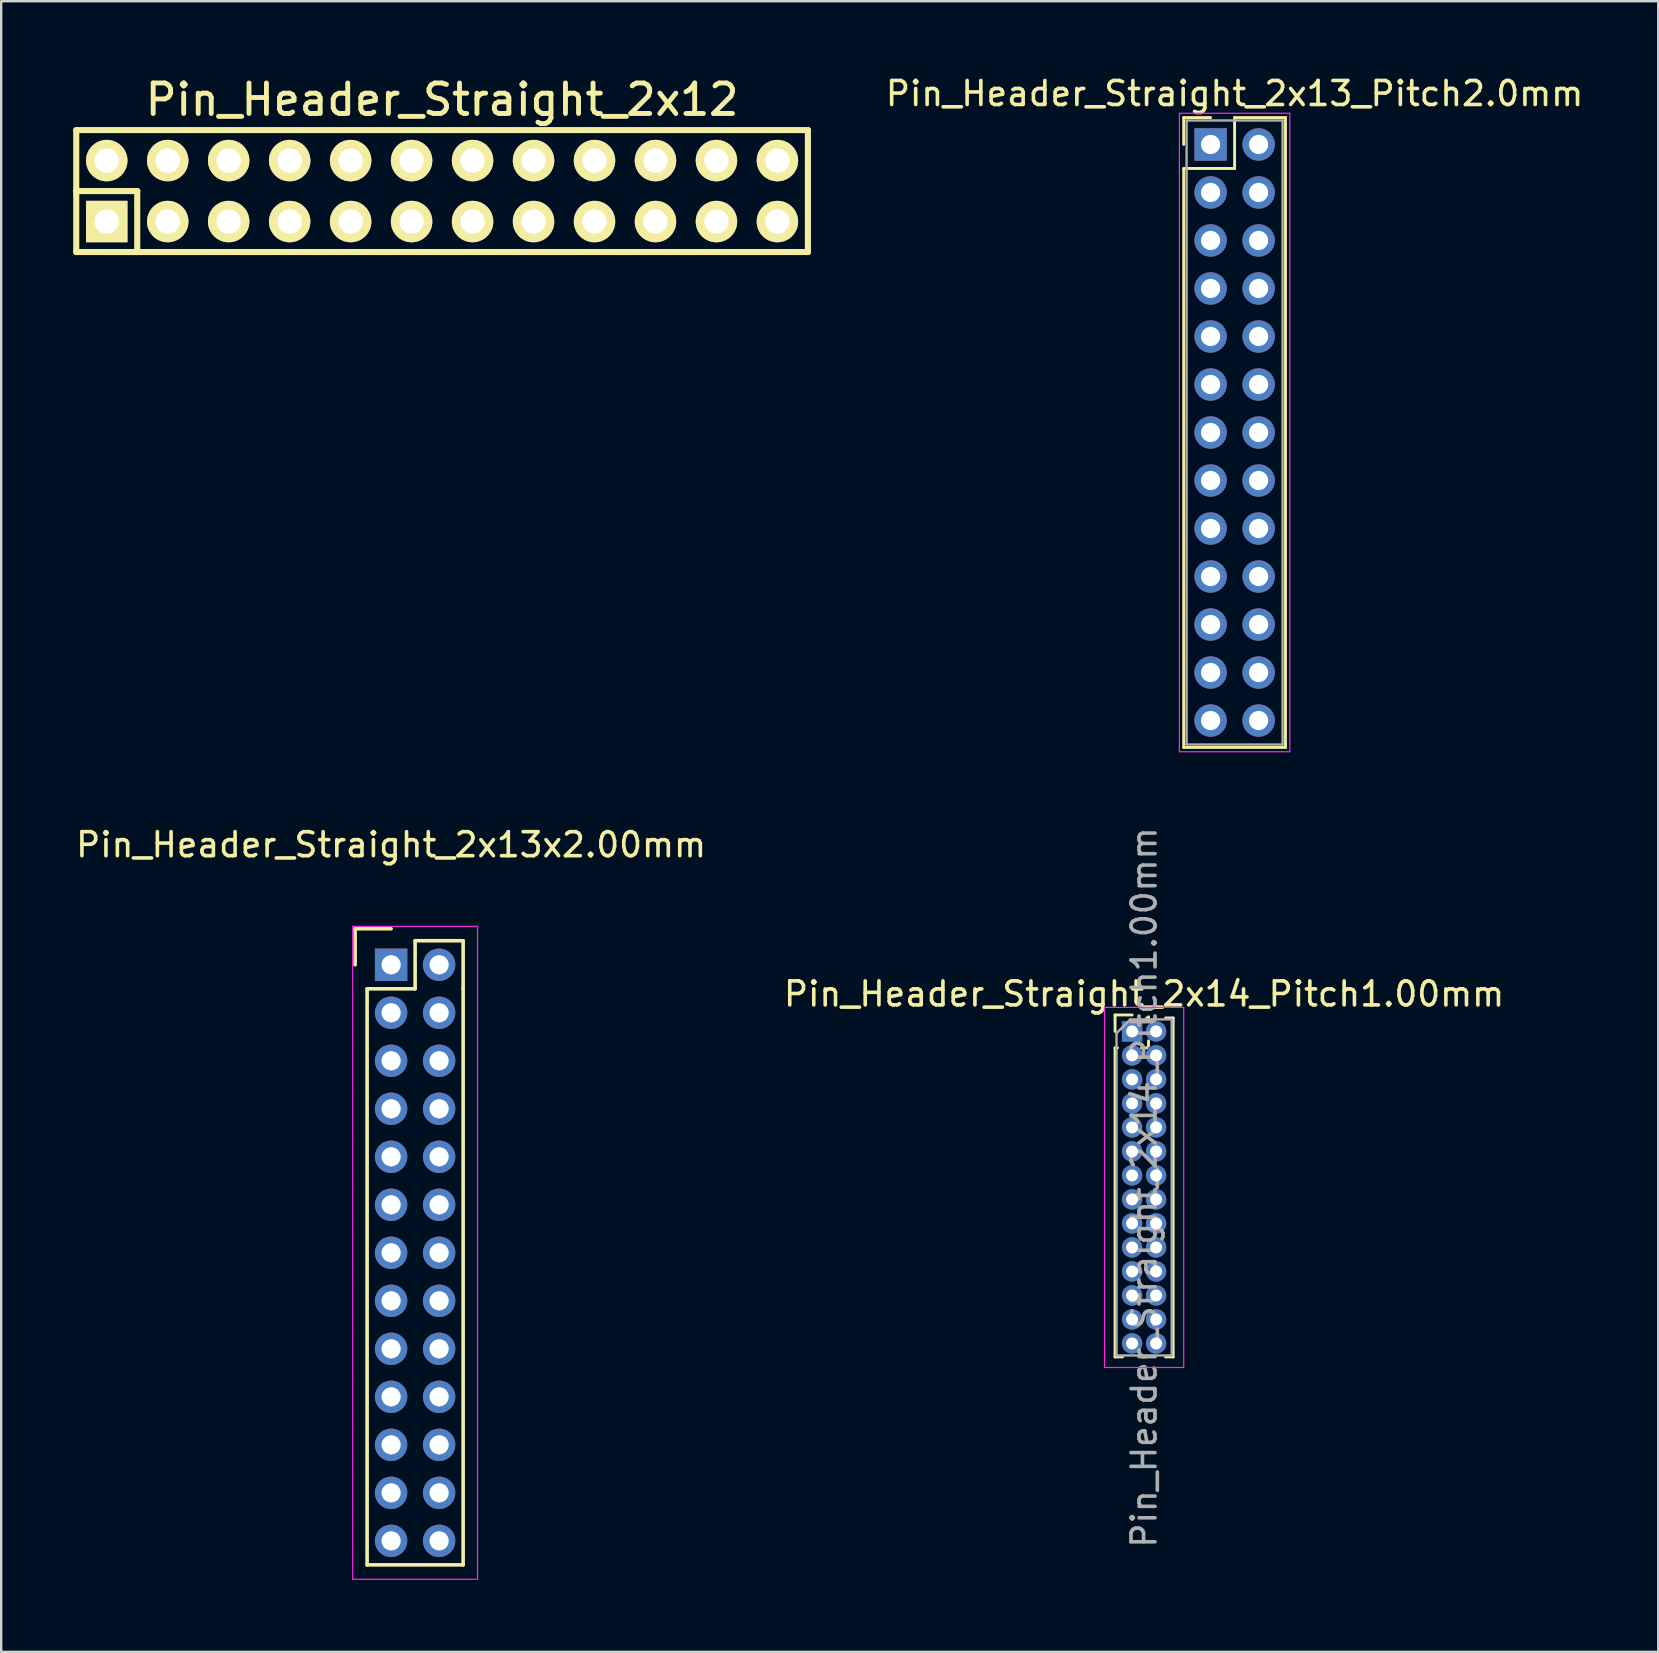
<source format=kicad_pcb>
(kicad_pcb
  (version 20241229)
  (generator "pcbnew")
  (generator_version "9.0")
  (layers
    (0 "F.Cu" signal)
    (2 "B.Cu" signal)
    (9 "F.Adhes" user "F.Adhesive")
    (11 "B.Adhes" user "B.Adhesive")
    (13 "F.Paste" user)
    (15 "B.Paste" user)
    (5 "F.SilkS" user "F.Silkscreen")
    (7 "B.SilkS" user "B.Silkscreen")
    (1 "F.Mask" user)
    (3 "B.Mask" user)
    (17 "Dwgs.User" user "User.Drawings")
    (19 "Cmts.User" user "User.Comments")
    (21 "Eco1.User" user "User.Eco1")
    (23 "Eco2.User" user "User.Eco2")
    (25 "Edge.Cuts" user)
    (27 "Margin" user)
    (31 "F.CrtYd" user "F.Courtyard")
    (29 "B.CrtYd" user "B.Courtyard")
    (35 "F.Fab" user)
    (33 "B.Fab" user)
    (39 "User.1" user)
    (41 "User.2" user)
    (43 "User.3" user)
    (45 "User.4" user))
  (footprint "Pin_Header_Straight_2x12"
    (layer "F.Cu")
    (at 15.367 4.91)
    (property "Reference" "Pin_Header_Straight_2x12" (at 0 -3.81 0) (layer "F.SilkS") (effects (font (size 1.27 1.27) (thickness 0.203))))
    (attr through_hole)
    (fp_line (start -15.24 -2.54) (end -15.24 0) (stroke (width 0.254) (type solid)) (layer "F.SilkS"))
    (fp_line (start -15.24 0) (end -12.7 0) (stroke (width 0.254) (type solid)) (layer "F.SilkS"))
    (fp_line (start -15.24 2.54) (end -15.24 0) (stroke (width 0.254) (type solid)) (layer "F.SilkS"))
    (fp_line (start -15.24 2.54) (end -12.7 2.54) (stroke (width 0.254) (type solid)) (layer "F.SilkS"))
    (fp_line (start -12.7 0) (end -12.7 2.54) (stroke (width 0.254) (type solid)) (layer "F.SilkS"))
    (fp_line (start -12.7 2.54) (end 15.24 2.54) (stroke (width 0.254) (type solid)) (layer "F.SilkS"))
    (fp_line (start 15.24 -2.54) (end -15.24 -2.54) (stroke (width 0.254) (type solid)) (layer "F.SilkS"))
    (fp_line (start 15.24 -2.54) (end 15.24 2.54) (stroke (width 0.254) (type solid)) (layer "F.SilkS"))
    (pad "1" thru_hole rect (at -13.97 1.27) (size 1.727 1.727) (drill 1.016) (layers "*.Cu" "*.Mask" "F.SilkS"))
    (pad "2" thru_hole oval (at -11.43 1.27) (size 1.727 1.727) (drill 1.016) (layers "*.Cu" "*.Mask" "F.SilkS"))
    (pad "3" thru_hole oval (at -8.89 1.27) (size 1.727 1.727) (drill 1.016) (layers "*.Cu" "*.Mask" "F.SilkS"))
    (pad "4" thru_hole oval (at -6.35 1.27) (size 1.727 1.727) (drill 1.016) (layers "*.Cu" "*.Mask" "F.SilkS"))
    (pad "5" thru_hole oval (at -3.81 1.27) (size 1.727 1.727) (drill 1.016) (layers "*.Cu" "*.Mask" "F.SilkS"))
    (pad "6" thru_hole oval (at -1.27 1.27) (size 1.727 1.727) (drill 1.016) (layers "*.Cu" "*.Mask" "F.SilkS"))
    (pad "7" thru_hole oval (at 1.27 1.27) (size 1.727 1.727) (drill 1.016) (layers "*.Cu" "*.Mask" "F.SilkS"))
    (pad "8" thru_hole oval (at 3.81 1.27) (size 1.727 1.727) (drill 1.016) (layers "*.Cu" "*.Mask" "F.SilkS"))
    (pad "9" thru_hole oval (at 6.35 1.27) (size 1.727 1.727) (drill 1.016) (layers "*.Cu" "*.Mask" "F.SilkS"))
    (pad "10" thru_hole oval (at 8.89 1.27) (size 1.727 1.727) (drill 1.016) (layers "*.Cu" "*.Mask" "F.SilkS"))
    (pad "11" thru_hole oval (at 11.43 1.27) (size 1.727 1.727) (drill 1.016) (layers "*.Cu" "*.Mask" "F.SilkS"))
    (pad "12" thru_hole oval (at 13.97 1.27) (size 1.727 1.727) (drill 1.016) (layers "*.Cu" "*.Mask" "F.SilkS"))
    (pad "13" thru_hole oval (at 13.97 -1.27) (size 1.727 1.727) (drill 1.016) (layers "*.Cu" "*.Mask" "F.SilkS"))
    (pad "14" thru_hole oval (at 11.43 -1.27) (size 1.727 1.727) (drill 1.016) (layers "*.Cu" "*.Mask" "F.SilkS"))
    (pad "15" thru_hole oval (at 8.89 -1.27) (size 1.727 1.727) (drill 1.016) (layers "*.Cu" "*.Mask" "F.SilkS"))
    (pad "16" thru_hole oval (at 6.35 -1.27) (size 1.727 1.727) (drill 1.016) (layers "*.Cu" "*.Mask" "F.SilkS"))
    (pad "17" thru_hole oval (at 3.81 -1.27) (size 1.727 1.727) (drill 1.016) (layers "*.Cu" "*.Mask" "F.SilkS"))
    (pad "18" thru_hole oval (at 1.27 -1.27) (size 1.727 1.727) (drill 1.016) (layers "*.Cu" "*.Mask" "F.SilkS"))
    (pad "19" thru_hole oval (at -1.27 -1.27) (size 1.727 1.727) (drill 1.016) (layers "*.Cu" "*.Mask" "F.SilkS"))
    (pad "20" thru_hole oval (at -3.81 -1.27) (size 1.727 1.727) (drill 1.016) (layers "*.Cu" "*.Mask" "F.SilkS"))
    (pad "21" thru_hole oval (at -6.35 -1.27) (size 1.727 1.727) (drill 1.016) (layers "*.Cu" "*.Mask" "F.SilkS"))
    (pad "22" thru_hole oval (at -8.89 -1.27) (size 1.727 1.727) (drill 1.016) (layers "*.Cu" "*.Mask" "F.SilkS"))
    (pad "23" thru_hole oval (at -11.43 -1.27) (size 1.727 1.727) (drill 1.016) (layers "*.Cu" "*.Mask" "F.SilkS"))
    (pad "24" thru_hole oval (at -13.97 -1.27) (size 1.727 1.727) (drill 1.016) (layers "*.Cu" "*.Mask" "F.SilkS")))
  (footprint "Pin_Header_Straight_2x13_Pitch2.0mm"
    (layer "F.Cu")
    (at 47.383 2.968)
    (property "Reference" "Pin_Header_Straight_2x13_Pitch2.0mm" (at 1 -2.12 0) (layer "F.SilkS") (effects (font (size 1 1) (thickness 0.15))))
    (attr through_hole)
    (fp_line (start -1.12 -1.12) (end 0 -1.12) (stroke (width 0.12) (type solid)) (layer "F.SilkS"))
    (fp_line (start -1.12 0) (end -1.12 -1.12) (stroke (width 0.12) (type solid)) (layer "F.SilkS"))
    (fp_line (start -1.12 1) (end -1.12 25.12) (stroke (width 0.12) (type solid)) (layer "F.SilkS"))
    (fp_line (start -1.12 25.12) (end 3.12 25.12) (stroke (width 0.12) (type solid)) (layer "F.SilkS"))
    (fp_line (start 1 -1.12) (end 1 1) (stroke (width 0.12) (type solid)) (layer "F.SilkS"))
    (fp_line (start 1 1) (end -1.12 1) (stroke (width 0.12) (type solid)) (layer "F.SilkS"))
    (fp_line (start 3.12 -1.12) (end 1 -1.12) (stroke (width 0.12) (type solid)) (layer "F.SilkS"))
    (fp_line (start 3.12 25.12) (end 3.12 -1.12) (stroke (width 0.12) (type solid)) (layer "F.SilkS"))
    (fp_line (start -1.3 -1.3) (end -1.3 25.3) (stroke (width 0.05) (type solid)) (layer "F.CrtYd"))
    (fp_line (start -1.3 25.3) (end 3.3 25.3) (stroke (width 0.05) (type solid)) (layer "F.CrtYd"))
    (fp_line (start 3.3 -1.3) (end -1.3 -1.3) (stroke (width 0.05) (type solid)) (layer "F.CrtYd"))
    (fp_line (start 3.3 25.3) (end 3.3 -1.3) (stroke (width 0.05) (type solid)) (layer "F.CrtYd"))
    (fp_line (start -1 -1) (end -1 25) (stroke (width 0.1) (type solid)) (layer "F.Fab"))
    (fp_line (start -1 25) (end 3 25) (stroke (width 0.1) (type solid)) (layer "F.Fab"))
    (fp_line (start 3 -1) (end -1 -1) (stroke (width 0.1) (type solid)) (layer "F.Fab"))
    (fp_line (start 3 25) (end 3 -1) (stroke (width 0.1) (type solid)) (layer "F.Fab"))
    (pad "1" thru_hole rect (at 0 0) (size 1.35 1.35) (drill 0.8) (layers "*.Cu" "*.Mask"))
    (pad "2" thru_hole oval (at 2 0) (size 1.35 1.35) (drill 0.8) (layers "*.Cu" "*.Mask"))
    (pad "3" thru_hole oval (at 0 2) (size 1.35 1.35) (drill 0.8) (layers "*.Cu" "*.Mask"))
    (pad "4" thru_hole oval (at 2 2) (size 1.35 1.35) (drill 0.8) (layers "*.Cu" "*.Mask"))
    (pad "5" thru_hole oval (at 0 4) (size 1.35 1.35) (drill 0.8) (layers "*.Cu" "*.Mask"))
    (pad "6" thru_hole oval (at 2 4) (size 1.35 1.35) (drill 0.8) (layers "*.Cu" "*.Mask"))
    (pad "7" thru_hole oval (at 0 6) (size 1.35 1.35) (drill 0.8) (layers "*.Cu" "*.Mask"))
    (pad "8" thru_hole oval (at 2 6) (size 1.35 1.35) (drill 0.8) (layers "*.Cu" "*.Mask"))
    (pad "9" thru_hole oval (at 0 8) (size 1.35 1.35) (drill 0.8) (layers "*.Cu" "*.Mask"))
    (pad "10" thru_hole oval (at 2 8) (size 1.35 1.35) (drill 0.8) (layers "*.Cu" "*.Mask"))
    (pad "11" thru_hole oval (at 0 10) (size 1.35 1.35) (drill 0.8) (layers "*.Cu" "*.Mask"))
    (pad "12" thru_hole oval (at 2 10) (size 1.35 1.35) (drill 0.8) (layers "*.Cu" "*.Mask"))
    (pad "13" thru_hole oval (at 0 12) (size 1.35 1.35) (drill 0.8) (layers "*.Cu" "*.Mask"))
    (pad "14" thru_hole oval (at 2 12) (size 1.35 1.35) (drill 0.8) (layers "*.Cu" "*.Mask"))
    (pad "15" thru_hole oval (at 0 14) (size 1.35 1.35) (drill 0.8) (layers "*.Cu" "*.Mask"))
    (pad "16" thru_hole oval (at 2 14) (size 1.35 1.35) (drill 0.8) (layers "*.Cu" "*.Mask"))
    (pad "17" thru_hole oval (at 0 16) (size 1.35 1.35) (drill 0.8) (layers "*.Cu" "*.Mask"))
    (pad "18" thru_hole oval (at 2 16) (size 1.35 1.35) (drill 0.8) (layers "*.Cu" "*.Mask"))
    (pad "19" thru_hole oval (at 0 18) (size 1.35 1.35) (drill 0.8) (layers "*.Cu" "*.Mask"))
    (pad "20" thru_hole oval (at 2 18) (size 1.35 1.35) (drill 0.8) (layers "*.Cu" "*.Mask"))
    (pad "21" thru_hole oval (at 0 20) (size 1.35 1.35) (drill 0.8) (layers "*.Cu" "*.Mask"))
    (pad "22" thru_hole oval (at 2 20) (size 1.35 1.35) (drill 0.8) (layers "*.Cu" "*.Mask"))
    (pad "23" thru_hole oval (at 0 22) (size 1.35 1.35) (drill 0.8) (layers "*.Cu" "*.Mask"))
    (pad "24" thru_hole oval (at 2 22) (size 1.35 1.35) (drill 0.8) (layers "*.Cu" "*.Mask"))
    (pad "25" thru_hole oval (at 0 24) (size 1.35 1.35) (drill 0.8) (layers "*.Cu" "*.Mask"))
    (pad "26" thru_hole oval (at 2 24) (size 1.35 1.35) (drill 0.8) (layers "*.Cu" "*.Mask")))
  (footprint "Pin_Header_Straight_2x13x2.00mm"
    (layer "F.Cu")
    (at 13.244 37.142)
    (property "Reference" "Pin_Header_Straight_2x13x2.00mm" (at 0 -5 0) (layer "F.SilkS") (effects (font (size 1 1) (thickness 0.15))))
    (attr through_hole)
    (fp_line (start -1.5 -1.5) (end 0 -1.5) (stroke (width 0.15) (type solid)) (layer "F.SilkS"))
    (fp_line (start -1.5 0) (end -1.5 -1.5) (stroke (width 0.15) (type solid)) (layer "F.SilkS"))
    (fp_line (start -1 1) (end 1 1) (stroke (width 0.15) (type solid)) (layer "F.SilkS"))
    (fp_line (start -1 25) (end -1 1) (stroke (width 0.15) (type solid)) (layer "F.SilkS"))
    (fp_line (start 1 -1) (end 3 -1) (stroke (width 0.15) (type solid)) (layer "F.SilkS"))
    (fp_line (start 1 1) (end 1 -1) (stroke (width 0.15) (type solid)) (layer "F.SilkS"))
    (fp_line (start 3 -1) (end 3 1) (stroke (width 0.15) (type solid)) (layer "F.SilkS"))
    (fp_line (start 3 1) (end 3 25) (stroke (width 0.15) (type solid)) (layer "F.SilkS"))
    (fp_line (start 3 25) (end -1 25) (stroke (width 0.15) (type solid)) (layer "F.SilkS"))
    (fp_line (start -1.6 -1.6) (end 3.6 -1.6) (stroke (width 0.05) (type solid)) (layer "F.CrtYd"))
    (fp_line (start -1.6 25.6) (end -1.6 -1.6) (stroke (width 0.05) (type solid)) (layer "F.CrtYd"))
    (fp_line (start 3.6 -1.6) (end 3.6 25.6) (stroke (width 0.05) (type solid)) (layer "F.CrtYd"))
    (fp_line (start 3.6 25.6) (end -1.6 25.6) (stroke (width 0.05) (type solid)) (layer "F.CrtYd"))
    (pad "1" thru_hole rect (at 0 0) (size 1.35 1.35) (drill 0.8) (layers "*.Cu" "*.Mask"))
    (pad "2" thru_hole circle (at 2 0) (size 1.35 1.35) (drill 0.8) (layers "*.Cu" "*.Mask"))
    (pad "3" thru_hole circle (at 0 2) (size 1.35 1.35) (drill 0.8) (layers "*.Cu" "*.Mask"))
    (pad "4" thru_hole circle (at 2 2) (size 1.35 1.35) (drill 0.8) (layers "*.Cu" "*.Mask"))
    (pad "5" thru_hole circle (at 0 4) (size 1.35 1.35) (drill 0.8) (layers "*.Cu" "*.Mask"))
    (pad "6" thru_hole circle (at 2 4) (size 1.35 1.35) (drill 0.8) (layers "*.Cu" "*.Mask"))
    (pad "7" thru_hole circle (at 0 6) (size 1.35 1.35) (drill 0.8) (layers "*.Cu" "*.Mask"))
    (pad "8" thru_hole circle (at 2 6) (size 1.35 1.35) (drill 0.8) (layers "*.Cu" "*.Mask"))
    (pad "9" thru_hole circle (at 0 8) (size 1.35 1.35) (drill 0.8) (layers "*.Cu" "*.Mask"))
    (pad "10" thru_hole circle (at 2 8) (size 1.35 1.35) (drill 0.8) (layers "*.Cu" "*.Mask"))
    (pad "11" thru_hole circle (at 0 10) (size 1.35 1.35) (drill 0.8) (layers "*.Cu" "*.Mask"))
    (pad "12" thru_hole circle (at 2 10) (size 1.35 1.35) (drill 0.8) (layers "*.Cu" "*.Mask"))
    (pad "13" thru_hole circle (at 0 12) (size 1.35 1.35) (drill 0.8) (layers "*.Cu" "*.Mask"))
    (pad "14" thru_hole circle (at 2 12) (size 1.35 1.35) (drill 0.8) (layers "*.Cu" "*.Mask"))
    (pad "15" thru_hole circle (at 0 14) (size 1.35 1.35) (drill 0.8) (layers "*.Cu" "*.Mask"))
    (pad "16" thru_hole circle (at 2 14) (size 1.35 1.35) (drill 0.8) (layers "*.Cu" "*.Mask"))
    (pad "17" thru_hole circle (at 0 16) (size 1.35 1.35) (drill 0.8) (layers "*.Cu" "*.Mask"))
    (pad "18" thru_hole circle (at 2 16) (size 1.35 1.35) (drill 0.8) (layers "*.Cu" "*.Mask"))
    (pad "19" thru_hole circle (at 0 18) (size 1.35 1.35) (drill 0.8) (layers "*.Cu" "*.Mask"))
    (pad "20" thru_hole circle (at 2 18) (size 1.35 1.35) (drill 0.8) (layers "*.Cu" "*.Mask"))
    (pad "21" thru_hole circle (at 0 20) (size 1.35 1.35) (drill 0.8) (layers "*.Cu" "*.Mask"))
    (pad "22" thru_hole circle (at 2 20) (size 1.35 1.35) (drill 0.8) (layers "*.Cu" "*.Mask"))
    (pad "23" thru_hole circle (at 0 22) (size 1.35 1.35) (drill 0.8) (layers "*.Cu" "*.Mask"))
    (pad "24" thru_hole circle (at 2 22) (size 1.35 1.35) (drill 0.8) (layers "*.Cu" "*.Mask"))
    (pad "25" thru_hole circle (at 0 24) (size 1.35 1.35) (drill 0.8) (layers "*.Cu" "*.Mask"))
    (pad "26" thru_hole circle (at 2 24) (size 1.35 1.35) (drill 0.8) (layers "*.Cu" "*.Mask")))
  (footprint "Pin_Header_Straight_2x14_Pitch1.00mm"
    (layer "F.Cu")
    (at 44.113 39.918)
    (property "Reference" "Pin_Header_Straight_2x14_Pitch1.00mm" (at 0.5 -1.56 0) (layer "F.SilkS") (effects (font (size 1 1) (thickness 0.15))))
    (attr through_hole)
    (fp_line (start -0.71 -0.685) (end 0 -0.685) (stroke (width 0.12) (type solid)) (layer "F.SilkS"))
    (fp_line (start -0.71 0) (end -0.71 -0.685) (stroke (width 0.12) (type solid)) (layer "F.SilkS"))
    (fp_line (start -0.71 0.685) (end -0.71 13.56) (stroke (width 0.12) (type solid)) (layer "F.SilkS"))
    (fp_line (start -0.71 0.685) (end -0.608 0.685) (stroke (width 0.12) (type solid)) (layer "F.SilkS"))
    (fp_line (start -0.71 13.56) (end -0.394 13.56) (stroke (width 0.12) (type solid)) (layer "F.SilkS"))
    (fp_line (start 0.394 13.56) (end 0.606 13.56) (stroke (width 0.12) (type solid)) (layer "F.SilkS"))
    (fp_line (start 0.608 0.685) (end 0.392 0.685) (stroke (width 0.12) (type solid)) (layer "F.SilkS"))
    (fp_line (start 0.685 -0.608) (end 0.685 -0.56) (stroke (width 0.12) (type solid)) (layer "F.SilkS"))
    (fp_line (start 0.685 -0.56) (end 0.606 -0.56) (stroke (width 0.12) (type solid)) (layer "F.SilkS"))
    (fp_line (start 0.685 0.392) (end 0.685 0.608) (stroke (width 0.12) (type solid)) (layer "F.SilkS"))
    (fp_line (start 1.394 -0.56) (end 1.71 -0.56) (stroke (width 0.12) (type solid)) (layer "F.SilkS"))
    (fp_line (start 1.394 13.56) (end 1.71 13.56) (stroke (width 0.12) (type solid)) (layer "F.SilkS"))
    (fp_line (start 1.71 -0.56) (end 1.71 13.56) (stroke (width 0.12) (type solid)) (layer "F.SilkS"))
    (fp_line (start -1.15 -1) (end -1.15 14) (stroke (width 0.05) (type solid)) (layer "F.CrtYd"))
    (fp_line (start -1.15 14) (end 2.15 14) (stroke (width 0.05) (type solid)) (layer "F.CrtYd"))
    (fp_line (start 2.15 -1) (end -1.15 -1) (stroke (width 0.05) (type solid)) (layer "F.CrtYd"))
    (fp_line (start 2.15 14) (end 2.15 -1) (stroke (width 0.05) (type solid)) (layer "F.CrtYd"))
    (fp_line (start -0.65 0.075) (end -0.075 -0.5) (stroke (width 0.1) (type solid)) (layer "F.Fab"))
    (fp_line (start -0.65 13.5) (end -0.65 0.075) (stroke (width 0.1) (type solid)) (layer "F.Fab"))
    (fp_line (start -0.075 -0.5) (end 1.65 -0.5) (stroke (width 0.1) (type solid)) (layer "F.Fab"))
    (fp_line (start 1.65 -0.5) (end 1.65 13.5) (stroke (width 0.1) (type solid)) (layer "F.Fab"))
    (fp_line (start 1.65 13.5) (end -0.65 13.5) (stroke (width 0.1) (type solid)) (layer "F.Fab"))
    (fp_text user "${REFERENCE}" (at 0.5 6.5 90) (layer "F.Fab") (effects (font (size 1 1) (thickness 0.15))))
    (pad "1" thru_hole rect (at 0 0) (size 0.85 0.85) (drill 0.5) (layers "*.Cu" "*.Mask"))
    (pad "2" thru_hole oval (at 1 0) (size 0.85 0.85) (drill 0.5) (layers "*.Cu" "*.Mask"))
    (pad "3" thru_hole oval (at 0 1) (size 0.85 0.85) (drill 0.5) (layers "*.Cu" "*.Mask"))
    (pad "4" thru_hole oval (at 1 1) (size 0.85 0.85) (drill 0.5) (layers "*.Cu" "*.Mask"))
    (pad "5" thru_hole oval (at 0 2) (size 0.85 0.85) (drill 0.5) (layers "*.Cu" "*.Mask"))
    (pad "6" thru_hole oval (at 1 2) (size 0.85 0.85) (drill 0.5) (layers "*.Cu" "*.Mask"))
    (pad "7" thru_hole oval (at 0 3) (size 0.85 0.85) (drill 0.5) (layers "*.Cu" "*.Mask"))
    (pad "8" thru_hole oval (at 1 3) (size 0.85 0.85) (drill 0.5) (layers "*.Cu" "*.Mask"))
    (pad "9" thru_hole oval (at 0 4) (size 0.85 0.85) (drill 0.5) (layers "*.Cu" "*.Mask"))
    (pad "10" thru_hole oval (at 1 4) (size 0.85 0.85) (drill 0.5) (layers "*.Cu" "*.Mask"))
    (pad "11" thru_hole oval (at 0 5) (size 0.85 0.85) (drill 0.5) (layers "*.Cu" "*.Mask"))
    (pad "12" thru_hole oval (at 1 5) (size 0.85 0.85) (drill 0.5) (layers "*.Cu" "*.Mask"))
    (pad "13" thru_hole oval (at 0 6) (size 0.85 0.85) (drill 0.5) (layers "*.Cu" "*.Mask"))
    (pad "14" thru_hole oval (at 1 6) (size 0.85 0.85) (drill 0.5) (layers "*.Cu" "*.Mask"))
    (pad "15" thru_hole oval (at 0 7) (size 0.85 0.85) (drill 0.5) (layers "*.Cu" "*.Mask"))
    (pad "16" thru_hole oval (at 1 7) (size 0.85 0.85) (drill 0.5) (layers "*.Cu" "*.Mask"))
    (pad "17" thru_hole oval (at 0 8) (size 0.85 0.85) (drill 0.5) (layers "*.Cu" "*.Mask"))
    (pad "18" thru_hole oval (at 1 8) (size 0.85 0.85) (drill 0.5) (layers "*.Cu" "*.Mask"))
    (pad "19" thru_hole oval (at 0 9) (size 0.85 0.85) (drill 0.5) (layers "*.Cu" "*.Mask"))
    (pad "20" thru_hole oval (at 1 9) (size 0.85 0.85) (drill 0.5) (layers "*.Cu" "*.Mask"))
    (pad "21" thru_hole oval (at 0 10) (size 0.85 0.85) (drill 0.5) (layers "*.Cu" "*.Mask"))
    (pad "22" thru_hole oval (at 1 10) (size 0.85 0.85) (drill 0.5) (layers "*.Cu" "*.Mask"))
    (pad "23" thru_hole oval (at 0 11) (size 0.85 0.85) (drill 0.5) (layers "*.Cu" "*.Mask"))
    (pad "24" thru_hole oval (at 1 11) (size 0.85 0.85) (drill 0.5) (layers "*.Cu" "*.Mask"))
    (pad "25" thru_hole oval (at 0 12) (size 0.85 0.85) (drill 0.5) (layers "*.Cu" "*.Mask"))
    (pad "26" thru_hole oval (at 1 12) (size 0.85 0.85) (drill 0.5) (layers "*.Cu" "*.Mask"))
    (pad "27" thru_hole oval (at 0 13) (size 0.85 0.85) (drill 0.5) (layers "*.Cu" "*.Mask"))
    (pad "28" thru_hole oval (at 1 13) (size 0.85 0.85) (drill 0.5) (layers "*.Cu" "*.Mask")))
  (gr_rect
    (start -3 -3)
    (end 66.032 65.766)
    (stroke (width 0.1) (type default))
    (fill no)
    (layer "Edge.Cuts")))
</source>
